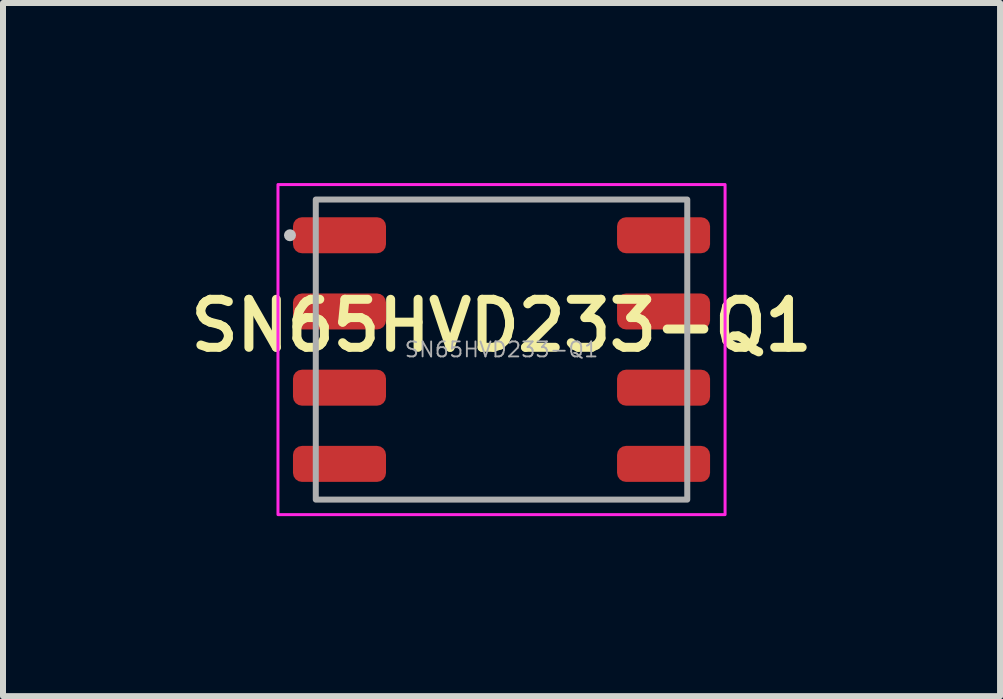
<source format=kicad_pcb>
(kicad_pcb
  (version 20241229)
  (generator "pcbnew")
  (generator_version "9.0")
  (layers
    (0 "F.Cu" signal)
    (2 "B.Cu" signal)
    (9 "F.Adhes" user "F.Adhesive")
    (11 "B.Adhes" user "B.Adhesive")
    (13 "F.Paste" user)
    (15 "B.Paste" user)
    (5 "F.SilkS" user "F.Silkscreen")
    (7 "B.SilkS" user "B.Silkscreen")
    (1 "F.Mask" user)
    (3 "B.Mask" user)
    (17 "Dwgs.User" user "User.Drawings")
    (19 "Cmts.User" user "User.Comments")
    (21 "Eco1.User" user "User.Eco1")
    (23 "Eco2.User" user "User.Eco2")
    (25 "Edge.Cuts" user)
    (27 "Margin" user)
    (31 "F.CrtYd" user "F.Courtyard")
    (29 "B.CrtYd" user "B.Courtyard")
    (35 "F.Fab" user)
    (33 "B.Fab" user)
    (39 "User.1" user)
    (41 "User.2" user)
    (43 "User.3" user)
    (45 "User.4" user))
  (footprint "SN65HVD233-Q1"
    (layer "F.Cu")
    (at 5.307 2.775)
    (property "Reference" "SN65HVD233-Q1" (at 0 -0.4 0) (unlocked yes) (layer "F.SilkS") (effects (font (size 0.8 0.8) (thickness 0.15))))
    (attr smd)
    (fp_circle (center -3.525 -1.905) (end -3.475 -1.905) (stroke (width 0.1) (type solid)) (fill no) (layer "Dwgs.User"))
    (fp_rect (start -3.725 -2.75) (end 3.725 2.75) (stroke (width 0.05) (type solid)) (fill no) (layer "F.CrtYd"))
    (fp_rect (start -3.095 -2.5) (end 3.095 2.5) (stroke (width 0.1) (type solid)) (fill no) (layer "F.Fab"))
    (fp_text user "${REFERENCE}" (at 0 0 0) (unlocked yes) (layer "F.Fab") (effects (font (size 0.25 0.25) (thickness 0.031))))
    (pad "1" smd roundrect (at -2.7 -1.905) (size 1.55 0.6) (layers "F.Cu" "F.Mask" "F.Paste") (roundrect_rratio 0.25))
    (pad "2" smd roundrect (at -2.7 -0.635) (size 1.55 0.6) (layers "F.Cu" "F.Mask" "F.Paste") (roundrect_rratio 0.25))
    (pad "3" smd roundrect (at -2.7 0.635) (size 1.55 0.6) (layers "F.Cu" "F.Mask" "F.Paste") (roundrect_rratio 0.25))
    (pad "4" smd roundrect (at -2.7 1.905) (size 1.55 0.6) (layers "F.Cu" "F.Mask" "F.Paste") (roundrect_rratio 0.25))
    (pad "5" smd roundrect (at 2.7 1.905 180) (size 1.55 0.6) (layers "F.Cu" "F.Mask" "F.Paste") (roundrect_rratio 0.25))
    (pad "6" smd roundrect (at 2.7 0.635 180) (size 1.55 0.6) (layers "F.Cu" "F.Mask" "F.Paste") (roundrect_rratio 0.25))
    (pad "7" smd roundrect (at 2.7 -0.635 180) (size 1.55 0.6) (layers "F.Cu" "F.Mask" "F.Paste") (roundrect_rratio 0.25))
    (pad "8" smd roundrect (at 2.7 -1.905 180) (size 1.55 0.6) (layers "F.Cu" "F.Mask" "F.Paste") (roundrect_rratio 0.25)))
  (gr_rect
    (start -3 -3)
    (end 13.614 8.55)
    (stroke (width 0.1) (type default))
    (fill no)
    (layer "Edge.Cuts")))
</source>
